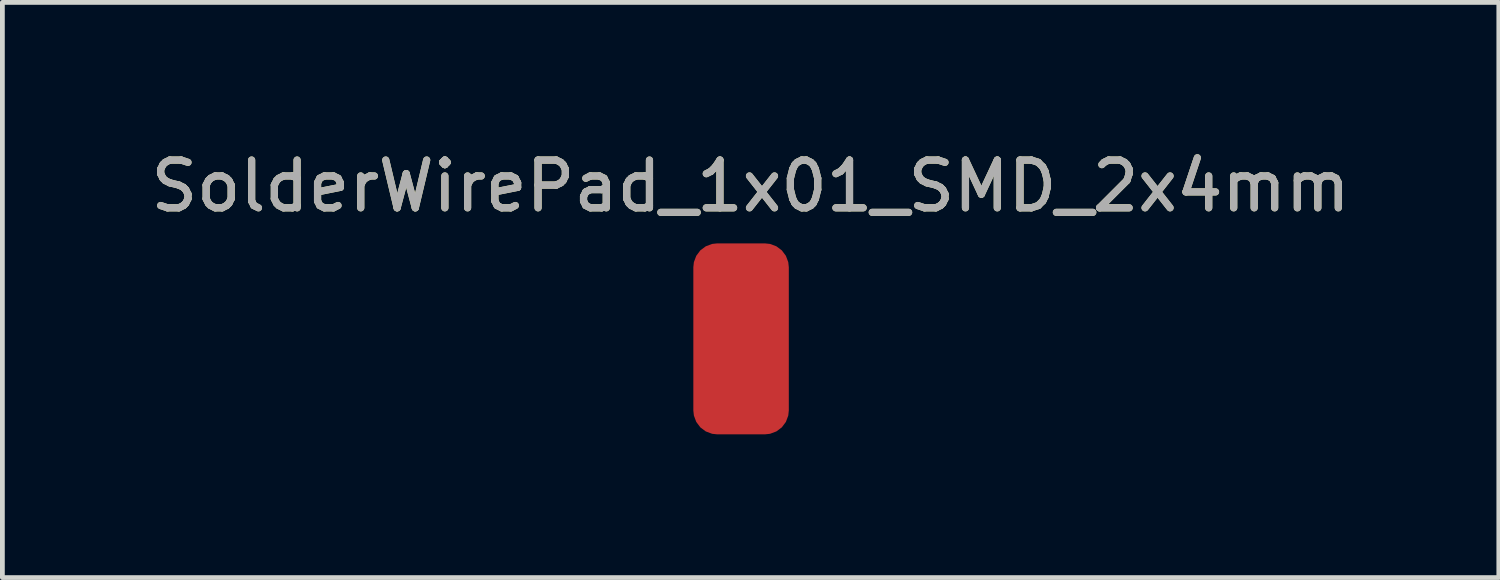
<source format=kicad_pcb>
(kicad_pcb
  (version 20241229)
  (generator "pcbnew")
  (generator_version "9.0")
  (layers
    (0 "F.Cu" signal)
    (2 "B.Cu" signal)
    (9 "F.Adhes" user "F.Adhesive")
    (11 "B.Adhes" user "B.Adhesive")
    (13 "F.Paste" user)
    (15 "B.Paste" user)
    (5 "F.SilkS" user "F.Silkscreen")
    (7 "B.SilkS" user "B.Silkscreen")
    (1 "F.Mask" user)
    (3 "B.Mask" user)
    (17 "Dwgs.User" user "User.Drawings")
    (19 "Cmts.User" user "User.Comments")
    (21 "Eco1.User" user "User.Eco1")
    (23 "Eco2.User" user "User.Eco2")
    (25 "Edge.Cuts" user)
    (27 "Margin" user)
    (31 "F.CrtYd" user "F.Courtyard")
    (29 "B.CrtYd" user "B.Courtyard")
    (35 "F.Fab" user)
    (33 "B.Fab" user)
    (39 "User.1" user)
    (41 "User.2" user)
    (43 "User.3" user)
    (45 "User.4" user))
  (footprint "SolderWirePad_1x01_SMD_2x4mm"
    (layer "F.Cu")
    (at 12.473 4.048)
    (property "Reference" "SolderWirePad_1x01_SMD_2x4mm" (at 0.2 -3.2 0) (unlocked yes) (layer "F.SilkS") (effects (font (size 1 1) (thickness 0.15))))
    (attr smd)
    (fp_text user "${REFERENCE}" (at 0.2 -3.2 0) (unlocked yes) (layer "F.Fab") (effects (font (size 1 1) (thickness 0.15))))
    (pad "1" smd roundrect (at 0 0) (size 2 4) (layers "F.Cu" "F.Mask") (roundrect_rratio 0.25)))
  (gr_rect
    (start -3 -3)
    (end 28.345 9.048)
    (stroke (width 0.1) (type default))
    (fill no)
    (layer "Edge.Cuts")))
</source>
